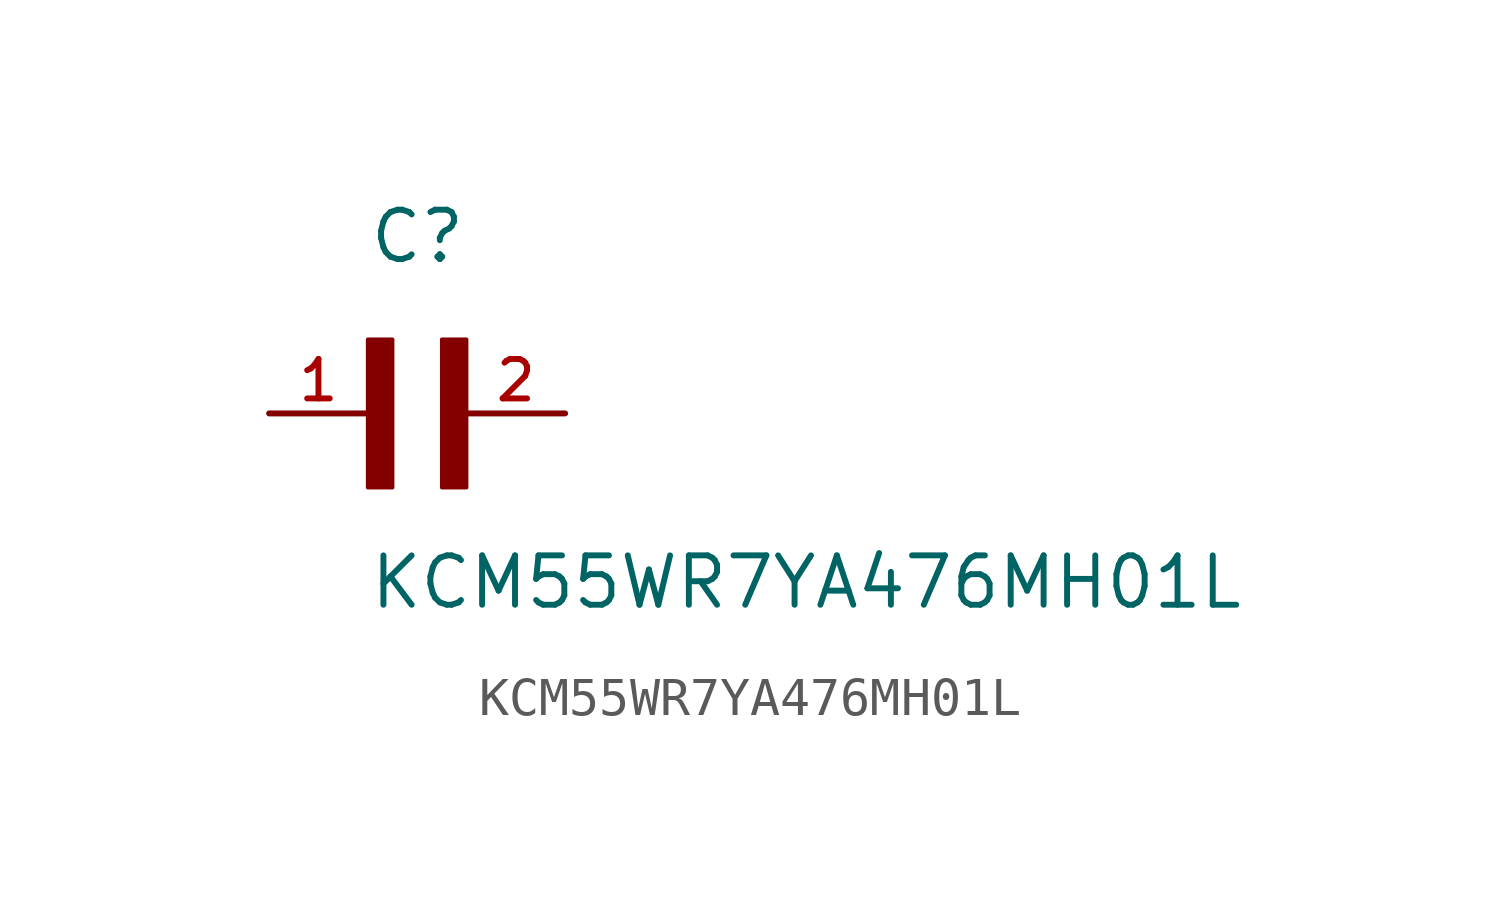
<source format=kicad_sym>
(kicad_symbol_lib
  (version 20211014)
  (generator kicad_symbol_editor)
  (symbol "KCM55WR7YA476MH01L"
    (pin_names
      (offset 1.016))
    (property "Reference" "C"
      (at 0.0 3.811 0)
      (effects (font (size 1.27 1.27)) (justify bottom left)))
    (property "Value" "KCM55WR7YA476MH01L"
      (at 0.0 -5.088 0)
      (effects (font (size 1.27 1.27)) (justify bottom left)))
    (symbol "KCM55WR7YA476MH01L_0_0"
      (rectangle (start 0.0 -1.907) (end 0.635 1.905) (stroke (width 0.1)) (fill (type outline)))
      (rectangle (start 1.907 -1.907) (end 2.54 1.905) (stroke (width 0.1)) (fill (type outline)))
      (pin passive line (at 5.08 0.0 180.0) (length 2.54) (name "~" (effects (font (size 1.016 1.016)))) (number "2" (effects (font (size 1.016 1.016)))))
      (pin passive line (at -2.54 0.0 0) (length 2.54) (name "~" (effects (font (size 1.016 1.016)))) (number "1" (effects (font (size 1.016 1.016))))))))
</source>
